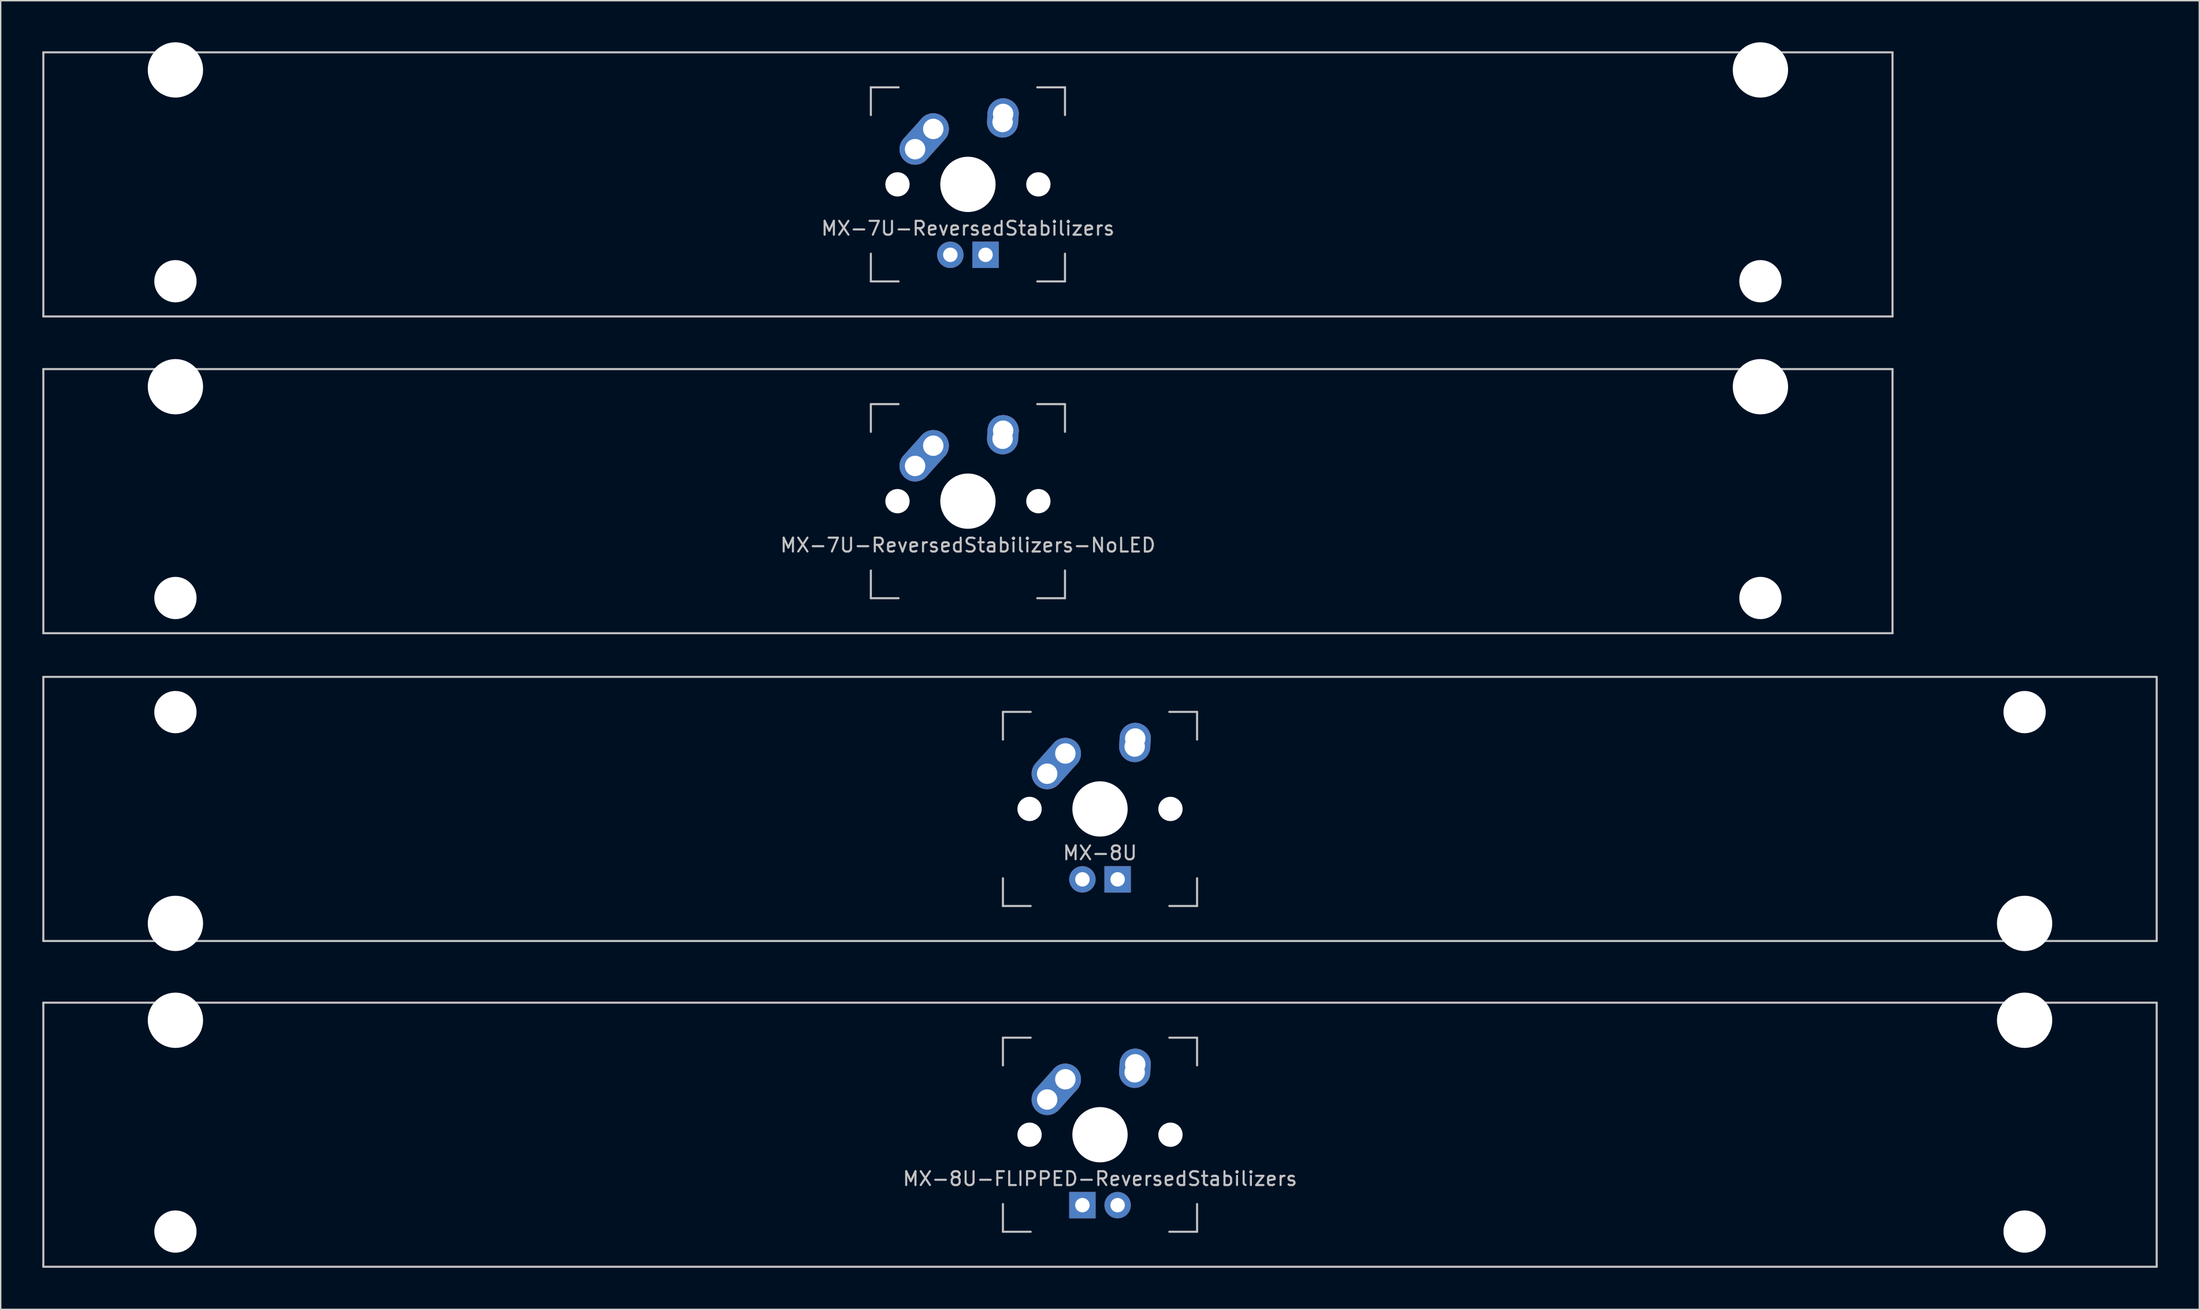
<source format=kicad_pcb>
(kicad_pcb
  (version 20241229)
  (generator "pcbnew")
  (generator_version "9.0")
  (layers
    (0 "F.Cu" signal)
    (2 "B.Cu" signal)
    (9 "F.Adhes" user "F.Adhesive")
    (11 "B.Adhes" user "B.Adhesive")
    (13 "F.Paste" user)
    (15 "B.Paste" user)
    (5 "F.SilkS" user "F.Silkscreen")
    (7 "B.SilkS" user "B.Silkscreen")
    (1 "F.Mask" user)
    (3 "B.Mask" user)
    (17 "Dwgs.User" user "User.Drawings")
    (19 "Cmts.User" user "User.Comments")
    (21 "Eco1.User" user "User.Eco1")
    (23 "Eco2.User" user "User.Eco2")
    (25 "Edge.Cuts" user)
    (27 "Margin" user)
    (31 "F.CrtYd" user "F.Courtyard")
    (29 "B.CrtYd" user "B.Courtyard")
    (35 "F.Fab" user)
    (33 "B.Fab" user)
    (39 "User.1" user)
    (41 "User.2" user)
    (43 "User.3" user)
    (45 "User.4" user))
  (footprint "MX-7U-ReversedStabilizers-NoLED"
    (layer "F.Cu")
    (at 66.75 33.098)
    (property "Reference" "MX-7U-ReversedStabilizers-NoLED" (at 0 3.175 0) (layer "Dwgs.User") (effects (font (size 1 1) (thickness 0.15))))
    (attr through_hole)
    (fp_line (start -66.675 -9.525) (end 66.675 -9.525) (stroke (width 0.15) (type solid)) (layer "Dwgs.User"))
    (fp_line (start -66.675 9.525) (end -66.675 -9.525) (stroke (width 0.15) (type solid)) (layer "Dwgs.User"))
    (fp_line (start -66.675 9.525) (end 66.675 9.525) (stroke (width 0.15) (type solid)) (layer "Dwgs.User"))
    (fp_line (start -7 -7) (end -7 -5) (stroke (width 0.15) (type solid)) (layer "Dwgs.User"))
    (fp_line (start -7 5) (end -7 7) (stroke (width 0.15) (type solid)) (layer "Dwgs.User"))
    (fp_line (start -7 7) (end -5 7) (stroke (width 0.15) (type solid)) (layer "Dwgs.User"))
    (fp_line (start -5 -7) (end -7 -7) (stroke (width 0.15) (type solid)) (layer "Dwgs.User"))
    (fp_line (start 5 -7) (end 7 -7) (stroke (width 0.15) (type solid)) (layer "Dwgs.User"))
    (fp_line (start 5 7) (end 7 7) (stroke (width 0.15) (type solid)) (layer "Dwgs.User"))
    (fp_line (start 7 -7) (end 7 -5) (stroke (width 0.15) (type solid)) (layer "Dwgs.User"))
    (fp_line (start 7 7) (end 7 5) (stroke (width 0.15) (type solid)) (layer "Dwgs.User"))
    (fp_line (start 66.675 -9.525) (end 66.675 9.525) (stroke (width 0.15) (type solid)) (layer "Dwgs.User"))
    (pad "" np_thru_hole circle (at -57.15 -8.255) (size 3.988 3.988) (drill 3.988) (layers "*.Cu" "*.Mask"))
    (pad "" np_thru_hole circle (at -57.15 6.985) (size 3.048 3.048) (drill 3.048) (layers "*.Cu" "*.Mask"))
    (pad "" np_thru_hole circle (at -5.08 0 48.1) (size 1.75 1.75) (drill 1.75) (layers "*.Cu" "*.Mask"))
    (pad "" np_thru_hole circle (at 0 0) (size 3.988 3.988) (drill 3.988) (layers "*.Cu" "*.Mask"))
    (pad "" np_thru_hole circle (at 5.08 0 48.1) (size 1.75 1.75) (drill 1.75) (layers "*.Cu" "*.Mask"))
    (pad "" np_thru_hole circle (at 57.15 -8.255) (size 3.988 3.988) (drill 3.988) (layers "*.Cu" "*.Mask"))
    (pad "" np_thru_hole circle (at 57.15 6.985) (size 3.048 3.048) (drill 3.048) (layers "*.Cu" "*.Mask"))
    (pad "1" thru_hole oval (at -3.81 -2.54 48.1) (size 4.212 2.25) (drill 1.47 (offset 0.981 0)) (layers "*.Cu" "B.Mask"))
    (pad "1" thru_hole circle (at -2.5 -4) (size 2.25 2.25) (drill 1.47) (layers "*.Cu" "B.Mask"))
    (pad "2" thru_hole oval (at 2.5 -4.5 86.055) (size 2.831 2.25) (drill 1.47 (offset 0.291 0)) (layers "*.Cu" "B.Mask"))
    (pad "2" thru_hole circle (at 2.54 -5.08) (size 2.25 2.25) (drill 1.47) (layers "*.Cu" "B.Mask")))
  (footprint "MX-7U-ReversedStabilizers"
    (layer "F.Cu")
    (at 66.75 10.249)
    (property "Reference" "MX-7U-ReversedStabilizers" (at 0 3.175 0) (layer "Dwgs.User") (effects (font (size 1 1) (thickness 0.15))))
    (attr through_hole)
    (fp_line (start -66.675 -9.525) (end 66.675 -9.525) (stroke (width 0.15) (type solid)) (layer "Dwgs.User"))
    (fp_line (start -66.675 9.525) (end -66.675 -9.525) (stroke (width 0.15) (type solid)) (layer "Dwgs.User"))
    (fp_line (start -66.675 9.525) (end 66.675 9.525) (stroke (width 0.15) (type solid)) (layer "Dwgs.User"))
    (fp_line (start -7 -7) (end -7 -5) (stroke (width 0.15) (type solid)) (layer "Dwgs.User"))
    (fp_line (start -7 5) (end -7 7) (stroke (width 0.15) (type solid)) (layer "Dwgs.User"))
    (fp_line (start -7 7) (end -5 7) (stroke (width 0.15) (type solid)) (layer "Dwgs.User"))
    (fp_line (start -5 -7) (end -7 -7) (stroke (width 0.15) (type solid)) (layer "Dwgs.User"))
    (fp_line (start 5 -7) (end 7 -7) (stroke (width 0.15) (type solid)) (layer "Dwgs.User"))
    (fp_line (start 5 7) (end 7 7) (stroke (width 0.15) (type solid)) (layer "Dwgs.User"))
    (fp_line (start 7 -7) (end 7 -5) (stroke (width 0.15) (type solid)) (layer "Dwgs.User"))
    (fp_line (start 7 7) (end 7 5) (stroke (width 0.15) (type solid)) (layer "Dwgs.User"))
    (fp_line (start 66.675 -9.525) (end 66.675 9.525) (stroke (width 0.15) (type solid)) (layer "Dwgs.User"))
    (pad "" np_thru_hole circle (at -57.15 -8.255) (size 3.988 3.988) (drill 3.988) (layers "*.Cu" "*.Mask"))
    (pad "" np_thru_hole circle (at -57.15 6.985) (size 3.048 3.048) (drill 3.048) (layers "*.Cu" "*.Mask"))
    (pad "" np_thru_hole circle (at -5.08 0 48.1) (size 1.75 1.75) (drill 1.75) (layers "*.Cu" "*.Mask"))
    (pad "" np_thru_hole circle (at 0 0) (size 3.988 3.988) (drill 3.988) (layers "*.Cu" "*.Mask"))
    (pad "" np_thru_hole circle (at 5.08 0 48.1) (size 1.75 1.75) (drill 1.75) (layers "*.Cu" "*.Mask"))
    (pad "" np_thru_hole circle (at 57.15 -8.255) (size 3.988 3.988) (drill 3.988) (layers "*.Cu" "*.Mask"))
    (pad "" np_thru_hole circle (at 57.15 6.985) (size 3.048 3.048) (drill 3.048) (layers "*.Cu" "*.Mask"))
    (pad "1" thru_hole oval (at -3.81 -2.54 48.1) (size 4.212 2.25) (drill 1.47 (offset 0.981 0)) (layers "*.Cu" "B.Mask"))
    (pad "1" thru_hole circle (at -2.5 -4) (size 2.25 2.25) (drill 1.47) (layers "*.Cu" "B.Mask"))
    (pad "2" thru_hole oval (at 2.5 -4.5 86.055) (size 2.831 2.25) (drill 1.47 (offset 0.291 0)) (layers "*.Cu" "B.Mask"))
    (pad "2" thru_hole circle (at 2.54 -5.08) (size 2.25 2.25) (drill 1.47) (layers "*.Cu" "B.Mask"))
    (pad "3" thru_hole circle (at -1.27 5.08) (size 1.905 1.905) (drill 1.04) (layers "*.Cu" "B.Mask"))
    (pad "4" thru_hole rect (at 1.27 5.08) (size 1.905 1.905) (drill 1.04) (layers "*.Cu" "B.Mask")))
  (footprint "MX-8U"
    (layer "F.Cu")
    (at 76.275 55.298)
    (property "Reference" "MX-8U" (at 0 3.175 0) (layer "Dwgs.User") (effects (font (size 1 1) (thickness 0.15))))
    (attr through_hole)
    (fp_line (start -76.2 -9.525) (end 76.2 -9.525) (stroke (width 0.15) (type solid)) (layer "Dwgs.User"))
    (fp_line (start -76.2 9.525) (end -76.2 -9.525) (stroke (width 0.15) (type solid)) (layer "Dwgs.User"))
    (fp_line (start -76.2 9.525) (end 76.2 9.525) (stroke (width 0.15) (type solid)) (layer "Dwgs.User"))
    (fp_line (start -7 -7) (end -7 -5) (stroke (width 0.15) (type solid)) (layer "Dwgs.User"))
    (fp_line (start -7 5) (end -7 7) (stroke (width 0.15) (type solid)) (layer "Dwgs.User"))
    (fp_line (start -7 7) (end -5 7) (stroke (width 0.15) (type solid)) (layer "Dwgs.User"))
    (fp_line (start -5 -7) (end -7 -7) (stroke (width 0.15) (type solid)) (layer "Dwgs.User"))
    (fp_line (start 5 -7) (end 7 -7) (stroke (width 0.15) (type solid)) (layer "Dwgs.User"))
    (fp_line (start 5 7) (end 7 7) (stroke (width 0.15) (type solid)) (layer "Dwgs.User"))
    (fp_line (start 7 -7) (end 7 -5) (stroke (width 0.15) (type solid)) (layer "Dwgs.User"))
    (fp_line (start 7 7) (end 7 5) (stroke (width 0.15) (type solid)) (layer "Dwgs.User"))
    (fp_line (start 76.2 -9.525) (end 76.2 9.525) (stroke (width 0.15) (type solid)) (layer "Dwgs.User"))
    (pad "" np_thru_hole circle (at -66.675 -6.985) (size 3.048 3.048) (drill 3.048) (layers "*.Cu" "*.Mask"))
    (pad "" np_thru_hole circle (at -66.675 8.255) (size 3.988 3.988) (drill 3.988) (layers "*.Cu" "*.Mask"))
    (pad "" np_thru_hole circle (at -5.08 0 48.1) (size 1.75 1.75) (drill 1.75) (layers "*.Cu" "*.Mask"))
    (pad "" np_thru_hole circle (at 0 0) (size 3.988 3.988) (drill 3.988) (layers "*.Cu" "*.Mask"))
    (pad "" np_thru_hole circle (at 5.08 0 48.1) (size 1.75 1.75) (drill 1.75) (layers "*.Cu" "*.Mask"))
    (pad "" np_thru_hole circle (at 66.675 -6.985) (size 3.048 3.048) (drill 3.048) (layers "*.Cu" "*.Mask"))
    (pad "" np_thru_hole circle (at 66.675 8.255) (size 3.988 3.988) (drill 3.988) (layers "*.Cu" "*.Mask"))
    (pad "1" thru_hole oval (at -3.81 -2.54 48.1) (size 4.212 2.25) (drill 1.47 (offset 0.981 0)) (layers "*.Cu" "B.Mask"))
    (pad "1" thru_hole circle (at -2.5 -4) (size 2.25 2.25) (drill 1.47) (layers "*.Cu" "B.Mask"))
    (pad "2" thru_hole oval (at 2.5 -4.5 86.055) (size 2.831 2.25) (drill 1.47 (offset 0.291 0)) (layers "*.Cu" "B.Mask"))
    (pad "2" thru_hole circle (at 2.54 -5.08) (size 2.25 2.25) (drill 1.47) (layers "*.Cu" "B.Mask"))
    (pad "3" thru_hole circle (at -1.27 5.08) (size 1.905 1.905) (drill 1.04) (layers "*.Cu" "B.Mask"))
    (pad "4" thru_hole rect (at 1.27 5.08) (size 1.905 1.905) (drill 1.04) (layers "*.Cu" "B.Mask")))
  (footprint "MX-8U-FLIPPED-ReversedStabilizers"
    (layer "F.Cu")
    (at 76.275 78.796)
    (property "Reference" "MX-8U-FLIPPED-ReversedStabilizers" (at 0 3.175 0) (layer "Dwgs.User") (effects (font (size 1 1) (thickness 0.15))))
    (attr through_hole)
    (fp_line (start -76.2 -9.525) (end 76.2 -9.525) (stroke (width 0.15) (type solid)) (layer "Dwgs.User"))
    (fp_line (start -76.2 9.525) (end -76.2 -9.525) (stroke (width 0.15) (type solid)) (layer "Dwgs.User"))
    (fp_line (start -76.2 9.525) (end 76.2 9.525) (stroke (width 0.15) (type solid)) (layer "Dwgs.User"))
    (fp_line (start -7 -7) (end -7 -5) (stroke (width 0.15) (type solid)) (layer "Dwgs.User"))
    (fp_line (start -7 5) (end -7 7) (stroke (width 0.15) (type solid)) (layer "Dwgs.User"))
    (fp_line (start -7 7) (end -5 7) (stroke (width 0.15) (type solid)) (layer "Dwgs.User"))
    (fp_line (start -5 -7) (end -7 -7) (stroke (width 0.15) (type solid)) (layer "Dwgs.User"))
    (fp_line (start 5 -7) (end 7 -7) (stroke (width 0.15) (type solid)) (layer "Dwgs.User"))
    (fp_line (start 5 7) (end 7 7) (stroke (width 0.15) (type solid)) (layer "Dwgs.User"))
    (fp_line (start 7 -7) (end 7 -5) (stroke (width 0.15) (type solid)) (layer "Dwgs.User"))
    (fp_line (start 7 7) (end 7 5) (stroke (width 0.15) (type solid)) (layer "Dwgs.User"))
    (fp_line (start 76.2 -9.525) (end 76.2 9.525) (stroke (width 0.15) (type solid)) (layer "Dwgs.User"))
    (pad "" np_thru_hole circle (at -66.675 -8.255) (size 3.988 3.988) (drill 3.988) (layers "*.Cu" "*.Mask"))
    (pad "" np_thru_hole circle (at -66.675 6.985) (size 3.048 3.048) (drill 3.048) (layers "*.Cu" "*.Mask"))
    (pad "" np_thru_hole circle (at -5.08 0 48.1) (size 1.75 1.75) (drill 1.75) (layers "*.Cu" "*.Mask"))
    (pad "" np_thru_hole circle (at 0 0) (size 3.988 3.988) (drill 3.988) (layers "*.Cu" "*.Mask"))
    (pad "" np_thru_hole circle (at 5.08 0 48.1) (size 1.75 1.75) (drill 1.75) (layers "*.Cu" "*.Mask"))
    (pad "" np_thru_hole circle (at 66.675 -8.255) (size 3.988 3.988) (drill 3.988) (layers "*.Cu" "*.Mask"))
    (pad "" np_thru_hole circle (at 66.675 6.985) (size 3.048 3.048) (drill 3.048) (layers "*.Cu" "*.Mask"))
    (pad "1" thru_hole oval (at -3.81 -2.54 48.1) (size 4.212 2.25) (drill 1.47 (offset 0.981 0)) (layers "*.Cu" "B.Mask"))
    (pad "1" thru_hole circle (at -2.5 -4) (size 2.25 2.25) (drill 1.47) (layers "*.Cu" "B.Mask"))
    (pad "2" thru_hole oval (at 2.5 -4.5 86.055) (size 2.831 2.25) (drill 1.47 (offset 0.291 0)) (layers "*.Cu" "B.Mask"))
    (pad "2" thru_hole circle (at 2.54 -5.08) (size 2.25 2.25) (drill 1.47) (layers "*.Cu" "B.Mask"))
    (pad "3" thru_hole circle (at 1.27 5.08) (size 1.905 1.905) (drill 1.04) (layers "*.Cu" "B.Mask"))
    (pad "4" thru_hole rect (at -1.27 5.08) (size 1.905 1.905) (drill 1.04) (layers "*.Cu" "B.Mask")))
  (gr_rect
    (start -3 -3)
    (end 155.55 91.396)
    (stroke (width 0.1) (type default))
    (fill no)
    (layer "Edge.Cuts")))
</source>
